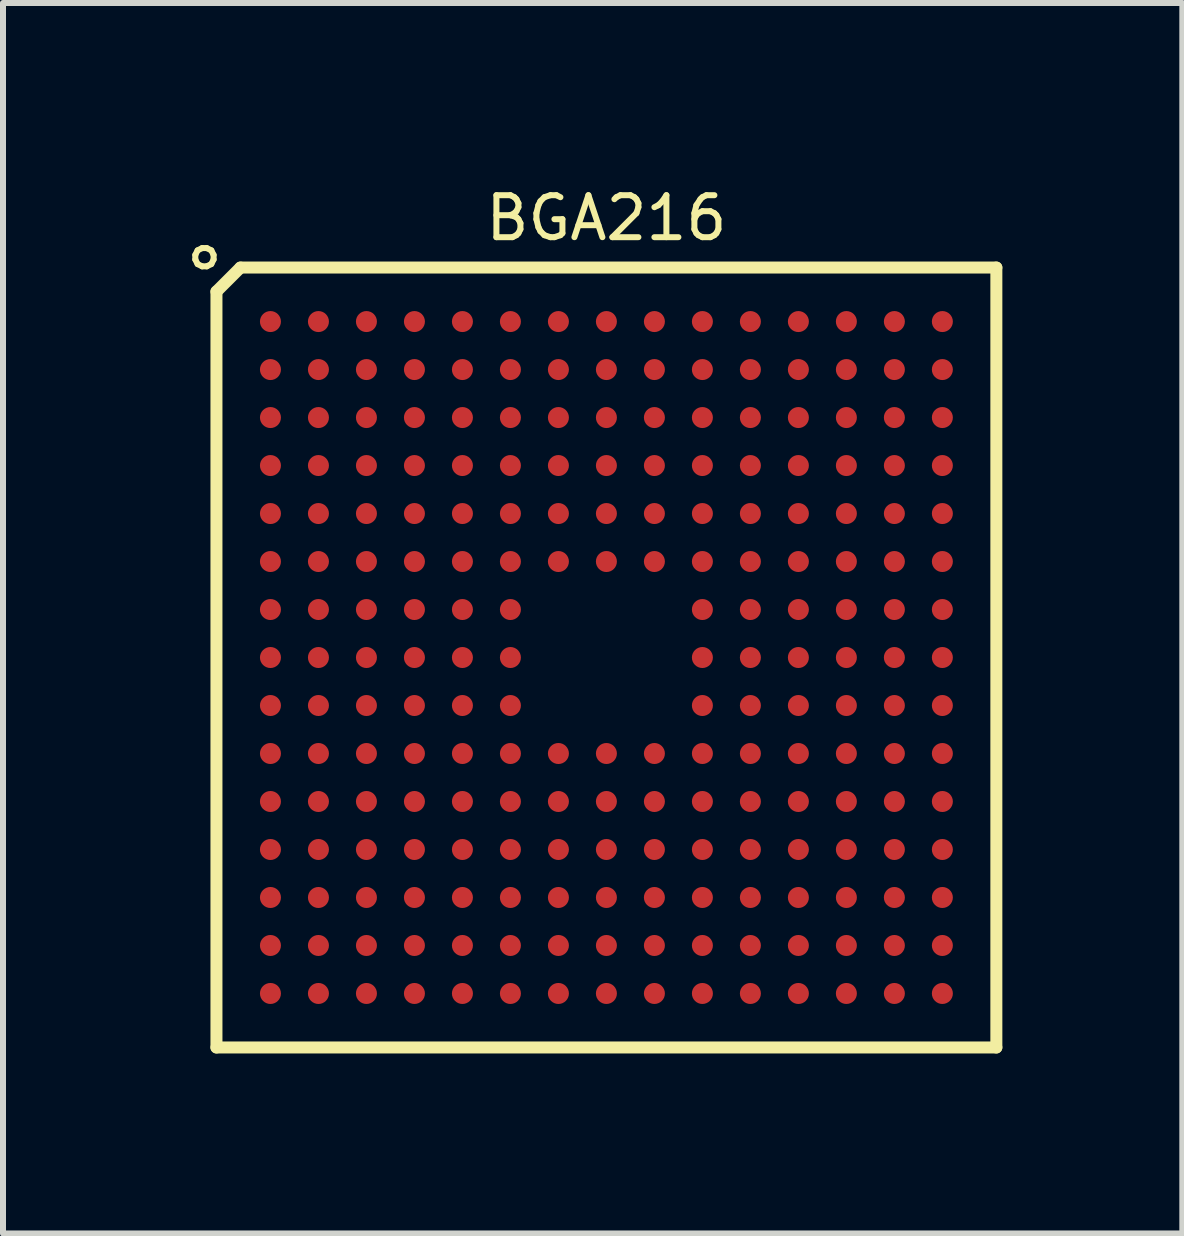
<source format=kicad_pcb>
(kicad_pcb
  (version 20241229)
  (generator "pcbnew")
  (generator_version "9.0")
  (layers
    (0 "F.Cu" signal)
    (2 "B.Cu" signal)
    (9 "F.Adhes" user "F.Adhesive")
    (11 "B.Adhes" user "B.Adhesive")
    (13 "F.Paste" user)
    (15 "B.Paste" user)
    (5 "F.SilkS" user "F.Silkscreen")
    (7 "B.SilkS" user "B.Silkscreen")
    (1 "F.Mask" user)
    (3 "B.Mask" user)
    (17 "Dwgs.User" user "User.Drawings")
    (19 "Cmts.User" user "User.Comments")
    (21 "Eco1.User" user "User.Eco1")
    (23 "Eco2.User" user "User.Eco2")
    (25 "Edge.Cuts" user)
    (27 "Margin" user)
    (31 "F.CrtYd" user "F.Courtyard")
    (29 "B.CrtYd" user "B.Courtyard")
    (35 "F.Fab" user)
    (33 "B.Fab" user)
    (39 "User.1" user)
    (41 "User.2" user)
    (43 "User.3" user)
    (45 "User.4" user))
  (footprint "BGA216"
    (layer "F.Cu")
    (at 7.058 7.91)
    (property "Reference" "BGA216" (at 0 -7.325 0) (layer "F.SilkS") (effects (font (size 0.7 0.7) (thickness 0.1))))
    (attr smd)
    (fp_line (start -6.5 -6.1) (end -6.1 -6.5) (stroke (width 0.2) (type solid)) (layer "F.SilkS"))
    (fp_line (start -6.5 6.5) (end -6.5 -6.1) (stroke (width 0.2) (type solid)) (layer "F.SilkS"))
    (fp_line (start -6.1 -6.5) (end 6.5 -6.5) (stroke (width 0.2) (type solid)) (layer "F.SilkS"))
    (fp_line (start 6.5 -6.5) (end 6.5 6.5) (stroke (width 0.2) (type solid)) (layer "F.SilkS"))
    (fp_line (start 6.5 6.5) (end -6.5 6.5) (stroke (width 0.2) (type solid)) (layer "F.SilkS"))
    (fp_text user "○" (at -6.7 -6.7 0) (layer "F.SilkS") (effects (font (size 0.4 0.4) (thickness 0.1))))
    (pad "A1" smd circle (at -5.6 -5.6) (size 0.35 0.35) (layers "F.Cu" "F.Mask" "F.Paste"))
    (pad "A2" smd circle (at -4.8 -5.6) (size 0.35 0.35) (layers "F.Cu" "F.Mask" "F.Paste"))
    (pad "A3" smd circle (at -4 -5.6) (size 0.35 0.35) (layers "F.Cu" "F.Mask" "F.Paste"))
    (pad "A4" smd circle (at -3.2 -5.6) (size 0.35 0.35) (layers "F.Cu" "F.Mask" "F.Paste"))
    (pad "A5" smd circle (at -2.4 -5.6) (size 0.35 0.35) (layers "F.Cu" "F.Mask" "F.Paste"))
    (pad "A6" smd circle (at -1.6 -5.6) (size 0.35 0.35) (layers "F.Cu" "F.Mask" "F.Paste"))
    (pad "A7" smd circle (at -0.8 -5.6) (size 0.35 0.35) (layers "F.Cu" "F.Mask" "F.Paste"))
    (pad "A8" smd circle (at 0 -5.6) (size 0.35 0.35) (layers "F.Cu" "F.Mask" "F.Paste"))
    (pad "A9" smd circle (at 0.8 -5.6) (size 0.35 0.35) (layers "F.Cu" "F.Mask" "F.Paste"))
    (pad "A10" smd circle (at 1.6 -5.6) (size 0.35 0.35) (layers "F.Cu" "F.Mask" "F.Paste"))
    (pad "A11" smd circle (at 2.4 -5.6) (size 0.35 0.35) (layers "F.Cu" "F.Mask" "F.Paste"))
    (pad "A12" smd circle (at 3.2 -5.6) (size 0.35 0.35) (layers "F.Cu" "F.Mask" "F.Paste"))
    (pad "A13" smd circle (at 4 -5.6) (size 0.35 0.35) (layers "F.Cu" "F.Mask" "F.Paste"))
    (pad "A14" smd circle (at 4.8 -5.6) (size 0.35 0.35) (layers "F.Cu" "F.Mask" "F.Paste"))
    (pad "A15" smd circle (at 5.6 -5.6) (size 0.35 0.35) (layers "F.Cu" "F.Mask" "F.Paste"))
    (pad "B1" smd circle (at -5.6 -4.8) (size 0.35 0.35) (layers "F.Cu" "F.Mask" "F.Paste"))
    (pad "B2" smd circle (at -4.8 -4.8) (size 0.35 0.35) (layers "F.Cu" "F.Mask" "F.Paste"))
    (pad "B3" smd circle (at -4 -4.8) (size 0.35 0.35) (layers "F.Cu" "F.Mask" "F.Paste"))
    (pad "B4" smd circle (at -3.2 -4.8) (size 0.35 0.35) (layers "F.Cu" "F.Mask" "F.Paste"))
    (pad "B5" smd circle (at -2.4 -4.8) (size 0.35 0.35) (layers "F.Cu" "F.Mask" "F.Paste"))
    (pad "B6" smd circle (at -1.6 -4.8) (size 0.35 0.35) (layers "F.Cu" "F.Mask" "F.Paste"))
    (pad "B7" smd circle (at -0.8 -4.8) (size 0.35 0.35) (layers "F.Cu" "F.Mask" "F.Paste"))
    (pad "B8" smd circle (at 0 -4.8) (size 0.35 0.35) (layers "F.Cu" "F.Mask" "F.Paste"))
    (pad "B9" smd circle (at 0.8 -4.8) (size 0.35 0.35) (layers "F.Cu" "F.Mask" "F.Paste"))
    (pad "B10" smd circle (at 1.6 -4.8) (size 0.35 0.35) (layers "F.Cu" "F.Mask" "F.Paste"))
    (pad "B11" smd circle (at 2.4 -4.8) (size 0.35 0.35) (layers "F.Cu" "F.Mask" "F.Paste"))
    (pad "B12" smd circle (at 3.2 -4.8) (size 0.35 0.35) (layers "F.Cu" "F.Mask" "F.Paste"))
    (pad "B13" smd circle (at 4 -4.8) (size 0.35 0.35) (layers "F.Cu" "F.Mask" "F.Paste"))
    (pad "B14" smd circle (at 4.8 -4.8) (size 0.35 0.35) (layers "F.Cu" "F.Mask" "F.Paste"))
    (pad "B15" smd circle (at 5.6 -4.8) (size 0.35 0.35) (layers "F.Cu" "F.Mask" "F.Paste"))
    (pad "C1" smd circle (at -5.6 -4) (size 0.35 0.35) (layers "F.Cu" "F.Mask" "F.Paste"))
    (pad "C2" smd circle (at -4.8 -4) (size 0.35 0.35) (layers "F.Cu" "F.Mask" "F.Paste"))
    (pad "C3" smd circle (at -4 -4) (size 0.35 0.35) (layers "F.Cu" "F.Mask" "F.Paste"))
    (pad "C4" smd circle (at -3.2 -4) (size 0.35 0.35) (layers "F.Cu" "F.Mask" "F.Paste"))
    (pad "C5" smd circle (at -2.4 -4) (size 0.35 0.35) (layers "F.Cu" "F.Mask" "F.Paste"))
    (pad "C6" smd circle (at -1.6 -4) (size 0.35 0.35) (layers "F.Cu" "F.Mask" "F.Paste"))
    (pad "C7" smd circle (at -0.8 -4) (size 0.35 0.35) (layers "F.Cu" "F.Mask" "F.Paste"))
    (pad "C8" smd circle (at 0 -4) (size 0.35 0.35) (layers "F.Cu" "F.Mask" "F.Paste"))
    (pad "C9" smd circle (at 0.8 -4) (size 0.35 0.35) (layers "F.Cu" "F.Mask" "F.Paste"))
    (pad "C10" smd circle (at 1.6 -4) (size 0.35 0.35) (layers "F.Cu" "F.Mask" "F.Paste"))
    (pad "C11" smd circle (at 2.4 -4) (size 0.35 0.35) (layers "F.Cu" "F.Mask" "F.Paste"))
    (pad "C12" smd circle (at 3.2 -4) (size 0.35 0.35) (layers "F.Cu" "F.Mask" "F.Paste"))
    (pad "C13" smd circle (at 4 -4) (size 0.35 0.35) (layers "F.Cu" "F.Mask" "F.Paste"))
    (pad "C14" smd circle (at 4.8 -4) (size 0.35 0.35) (layers "F.Cu" "F.Mask" "F.Paste"))
    (pad "C15" smd circle (at 5.6 -4) (size 0.35 0.35) (layers "F.Cu" "F.Mask" "F.Paste"))
    (pad "D1" smd circle (at -5.6 -3.2) (size 0.35 0.35) (layers "F.Cu" "F.Mask" "F.Paste"))
    (pad "D2" smd circle (at -4.8 -3.2) (size 0.35 0.35) (layers "F.Cu" "F.Mask" "F.Paste"))
    (pad "D3" smd circle (at -4 -3.2) (size 0.35 0.35) (layers "F.Cu" "F.Mask" "F.Paste"))
    (pad "D4" smd circle (at -3.2 -3.2) (size 0.35 0.35) (layers "F.Cu" "F.Mask" "F.Paste"))
    (pad "D5" smd circle (at -2.4 -3.2) (size 0.35 0.35) (layers "F.Cu" "F.Mask" "F.Paste"))
    (pad "D6" smd circle (at -1.6 -3.2) (size 0.35 0.35) (layers "F.Cu" "F.Mask" "F.Paste"))
    (pad "D7" smd circle (at -0.8 -3.2) (size 0.35 0.35) (layers "F.Cu" "F.Mask" "F.Paste"))
    (pad "D8" smd circle (at 0 -3.2) (size 0.35 0.35) (layers "F.Cu" "F.Mask" "F.Paste"))
    (pad "D9" smd circle (at 0.8 -3.2) (size 0.35 0.35) (layers "F.Cu" "F.Mask" "F.Paste"))
    (pad "D10" smd circle (at 1.6 -3.2) (size 0.35 0.35) (layers "F.Cu" "F.Mask" "F.Paste"))
    (pad "D11" smd circle (at 2.4 -3.2) (size 0.35 0.35) (layers "F.Cu" "F.Mask" "F.Paste"))
    (pad "D12" smd circle (at 3.2 -3.2) (size 0.35 0.35) (layers "F.Cu" "F.Mask" "F.Paste"))
    (pad "D13" smd circle (at 4 -3.2) (size 0.35 0.35) (layers "F.Cu" "F.Mask" "F.Paste"))
    (pad "D14" smd circle (at 4.8 -3.2) (size 0.35 0.35) (layers "F.Cu" "F.Mask" "F.Paste"))
    (pad "D15" smd circle (at 5.6 -3.2) (size 0.35 0.35) (layers "F.Cu" "F.Mask" "F.Paste"))
    (pad "E1" smd circle (at -5.6 -2.4) (size 0.35 0.35) (layers "F.Cu" "F.Mask" "F.Paste"))
    (pad "E2" smd circle (at -4.8 -2.4) (size 0.35 0.35) (layers "F.Cu" "F.Mask" "F.Paste"))
    (pad "E3" smd circle (at -4 -2.4) (size 0.35 0.35) (layers "F.Cu" "F.Mask" "F.Paste"))
    (pad "E4" smd circle (at -3.2 -2.4) (size 0.35 0.35) (layers "F.Cu" "F.Mask" "F.Paste"))
    (pad "E5" smd circle (at -2.4 -2.4) (size 0.35 0.35) (layers "F.Cu" "F.Mask" "F.Paste"))
    (pad "E6" smd circle (at -1.6 -2.4) (size 0.35 0.35) (layers "F.Cu" "F.Mask" "F.Paste"))
    (pad "E7" smd circle (at -0.8 -2.4) (size 0.35 0.35) (layers "F.Cu" "F.Mask" "F.Paste"))
    (pad "E8" smd circle (at 0 -2.4) (size 0.35 0.35) (layers "F.Cu" "F.Mask" "F.Paste"))
    (pad "E9" smd circle (at 0.8 -2.4) (size 0.35 0.35) (layers "F.Cu" "F.Mask" "F.Paste"))
    (pad "E10" smd circle (at 1.6 -2.4) (size 0.35 0.35) (layers "F.Cu" "F.Mask" "F.Paste"))
    (pad "E11" smd circle (at 2.4 -2.4) (size 0.35 0.35) (layers "F.Cu" "F.Mask" "F.Paste"))
    (pad "E12" smd circle (at 3.2 -2.4) (size 0.35 0.35) (layers "F.Cu" "F.Mask" "F.Paste"))
    (pad "E13" smd circle (at 4 -2.4) (size 0.35 0.35) (layers "F.Cu" "F.Mask" "F.Paste"))
    (pad "E14" smd circle (at 4.8 -2.4) (size 0.35 0.35) (layers "F.Cu" "F.Mask" "F.Paste"))
    (pad "E15" smd circle (at 5.6 -2.4) (size 0.35 0.35) (layers "F.Cu" "F.Mask" "F.Paste"))
    (pad "F1" smd circle (at -5.6 -1.6) (size 0.35 0.35) (layers "F.Cu" "F.Mask" "F.Paste"))
    (pad "F2" smd circle (at -4.8 -1.6) (size 0.35 0.35) (layers "F.Cu" "F.Mask" "F.Paste"))
    (pad "F3" smd circle (at -4 -1.6) (size 0.35 0.35) (layers "F.Cu" "F.Mask" "F.Paste"))
    (pad "F4" smd circle (at -3.2 -1.6) (size 0.35 0.35) (layers "F.Cu" "F.Mask" "F.Paste"))
    (pad "F5" smd circle (at -2.4 -1.6) (size 0.35 0.35) (layers "F.Cu" "F.Mask" "F.Paste"))
    (pad "F6" smd circle (at -1.6 -1.6) (size 0.35 0.35) (layers "F.Cu" "F.Mask" "F.Paste"))
    (pad "F7" smd circle (at -0.8 -1.6) (size 0.35 0.35) (layers "F.Cu" "F.Mask" "F.Paste"))
    (pad "F8" smd circle (at 0 -1.6) (size 0.35 0.35) (layers "F.Cu" "F.Mask" "F.Paste"))
    (pad "F9" smd circle (at 0.8 -1.6) (size 0.35 0.35) (layers "F.Cu" "F.Mask" "F.Paste"))
    (pad "F10" smd circle (at 1.6 -1.6) (size 0.35 0.35) (layers "F.Cu" "F.Mask" "F.Paste"))
    (pad "F11" smd circle (at 2.4 -1.6) (size 0.35 0.35) (layers "F.Cu" "F.Mask" "F.Paste"))
    (pad "F12" smd circle (at 3.2 -1.6) (size 0.35 0.35) (layers "F.Cu" "F.Mask" "F.Paste"))
    (pad "F13" smd circle (at 4 -1.6) (size 0.35 0.35) (layers "F.Cu" "F.Mask" "F.Paste"))
    (pad "F14" smd circle (at 4.8 -1.6) (size 0.35 0.35) (layers "F.Cu" "F.Mask" "F.Paste"))
    (pad "F15" smd circle (at 5.6 -1.6) (size 0.35 0.35) (layers "F.Cu" "F.Mask" "F.Paste"))
    (pad "G1" smd circle (at -5.6 -0.8) (size 0.35 0.35) (layers "F.Cu" "F.Mask" "F.Paste"))
    (pad "G2" smd circle (at -4.8 -0.8) (size 0.35 0.35) (layers "F.Cu" "F.Mask" "F.Paste"))
    (pad "G3" smd circle (at -4 -0.8) (size 0.35 0.35) (layers "F.Cu" "F.Mask" "F.Paste"))
    (pad "G4" smd circle (at -3.2 -0.8) (size 0.35 0.35) (layers "F.Cu" "F.Mask" "F.Paste"))
    (pad "G5" smd circle (at -2.4 -0.8) (size 0.35 0.35) (layers "F.Cu" "F.Mask" "F.Paste"))
    (pad "G6" smd circle (at -1.6 -0.8) (size 0.35 0.35) (layers "F.Cu" "F.Mask" "F.Paste"))
    (pad "G10" smd circle (at 1.6 -0.8) (size 0.35 0.35) (layers "F.Cu" "F.Mask" "F.Paste"))
    (pad "G11" smd circle (at 2.4 -0.8) (size 0.35 0.35) (layers "F.Cu" "F.Mask" "F.Paste"))
    (pad "G12" smd circle (at 3.2 -0.8) (size 0.35 0.35) (layers "F.Cu" "F.Mask" "F.Paste"))
    (pad "G13" smd circle (at 4 -0.8) (size 0.35 0.35) (layers "F.Cu" "F.Mask" "F.Paste"))
    (pad "G14" smd circle (at 4.8 -0.8) (size 0.35 0.35) (layers "F.Cu" "F.Mask" "F.Paste"))
    (pad "G15" smd circle (at 5.6 -0.8) (size 0.35 0.35) (layers "F.Cu" "F.Mask" "F.Paste"))
    (pad "H1" smd circle (at -5.6 0) (size 0.35 0.35) (layers "F.Cu" "F.Mask" "F.Paste"))
    (pad "H2" smd circle (at -4.8 0) (size 0.35 0.35) (layers "F.Cu" "F.Mask" "F.Paste"))
    (pad "H3" smd circle (at -4 0) (size 0.35 0.35) (layers "F.Cu" "F.Mask" "F.Paste"))
    (pad "H4" smd circle (at -3.2 0) (size 0.35 0.35) (layers "F.Cu" "F.Mask" "F.Paste"))
    (pad "H5" smd circle (at -2.4 0) (size 0.35 0.35) (layers "F.Cu" "F.Mask" "F.Paste"))
    (pad "H6" smd circle (at -1.6 0) (size 0.35 0.35) (layers "F.Cu" "F.Mask" "F.Paste"))
    (pad "H10" smd circle (at 1.6 0) (size 0.35 0.35) (layers "F.Cu" "F.Mask" "F.Paste"))
    (pad "H11" smd circle (at 2.4 0) (size 0.35 0.35) (layers "F.Cu" "F.Mask" "F.Paste"))
    (pad "H12" smd circle (at 3.2 0) (size 0.35 0.35) (layers "F.Cu" "F.Mask" "F.Paste"))
    (pad "H13" smd circle (at 4 0) (size 0.35 0.35) (layers "F.Cu" "F.Mask" "F.Paste"))
    (pad "H14" smd circle (at 4.8 0) (size 0.35 0.35) (layers "F.Cu" "F.Mask" "F.Paste"))
    (pad "H15" smd circle (at 5.6 0) (size 0.35 0.35) (layers "F.Cu" "F.Mask" "F.Paste"))
    (pad "J1" smd circle (at -5.6 0.8) (size 0.35 0.35) (layers "F.Cu" "F.Mask" "F.Paste"))
    (pad "J2" smd circle (at -4.8 0.8) (size 0.35 0.35) (layers "F.Cu" "F.Mask" "F.Paste"))
    (pad "J3" smd circle (at -4 0.8) (size 0.35 0.35) (layers "F.Cu" "F.Mask" "F.Paste"))
    (pad "J4" smd circle (at -3.2 0.8) (size 0.35 0.35) (layers "F.Cu" "F.Mask" "F.Paste"))
    (pad "J5" smd circle (at -2.4 0.8) (size 0.35 0.35) (layers "F.Cu" "F.Mask" "F.Paste"))
    (pad "J6" smd circle (at -1.6 0.8) (size 0.35 0.35) (layers "F.Cu" "F.Mask" "F.Paste"))
    (pad "J10" smd circle (at 1.6 0.8) (size 0.35 0.35) (layers "F.Cu" "F.Mask" "F.Paste"))
    (pad "J11" smd circle (at 2.4 0.8) (size 0.35 0.35) (layers "F.Cu" "F.Mask" "F.Paste"))
    (pad "J12" smd circle (at 3.2 0.8) (size 0.35 0.35) (layers "F.Cu" "F.Mask" "F.Paste"))
    (pad "J13" smd circle (at 4 0.8) (size 0.35 0.35) (layers "F.Cu" "F.Mask" "F.Paste"))
    (pad "J14" smd circle (at 4.8 0.8) (size 0.35 0.35) (layers "F.Cu" "F.Mask" "F.Paste"))
    (pad "J15" smd circle (at 5.6 0.8) (size 0.35 0.35) (layers "F.Cu" "F.Mask" "F.Paste"))
    (pad "K1" smd circle (at -5.6 1.6) (size 0.35 0.35) (layers "F.Cu" "F.Mask" "F.Paste"))
    (pad "K2" smd circle (at -4.8 1.6) (size 0.35 0.35) (layers "F.Cu" "F.Mask" "F.Paste"))
    (pad "K3" smd circle (at -4 1.6) (size 0.35 0.35) (layers "F.Cu" "F.Mask" "F.Paste"))
    (pad "K4" smd circle (at -3.2 1.6) (size 0.35 0.35) (layers "F.Cu" "F.Mask" "F.Paste"))
    (pad "K5" smd circle (at -2.4 1.6) (size 0.35 0.35) (layers "F.Cu" "F.Mask" "F.Paste"))
    (pad "K6" smd circle (at -1.6 1.6) (size 0.35 0.35) (layers "F.Cu" "F.Mask" "F.Paste"))
    (pad "K7" smd circle (at -0.8 1.6) (size 0.35 0.35) (layers "F.Cu" "F.Mask" "F.Paste"))
    (pad "K8" smd circle (at 0 1.6) (size 0.35 0.35) (layers "F.Cu" "F.Mask" "F.Paste"))
    (pad "K9" smd circle (at 0.8 1.6) (size 0.35 0.35) (layers "F.Cu" "F.Mask" "F.Paste"))
    (pad "K10" smd circle (at 1.6 1.6) (size 0.35 0.35) (layers "F.Cu" "F.Mask" "F.Paste"))
    (pad "K11" smd circle (at 2.4 1.6) (size 0.35 0.35) (layers "F.Cu" "F.Mask" "F.Paste"))
    (pad "K12" smd circle (at 3.2 1.6) (size 0.35 0.35) (layers "F.Cu" "F.Mask" "F.Paste"))
    (pad "K13" smd circle (at 4 1.6) (size 0.35 0.35) (layers "F.Cu" "F.Mask" "F.Paste"))
    (pad "K14" smd circle (at 4.8 1.6) (size 0.35 0.35) (layers "F.Cu" "F.Mask" "F.Paste"))
    (pad "K15" smd circle (at 5.6 1.6) (size 0.35 0.35) (layers "F.Cu" "F.Mask" "F.Paste"))
    (pad "L1" smd circle (at -5.6 2.4) (size 0.35 0.35) (layers "F.Cu" "F.Mask" "F.Paste"))
    (pad "L2" smd circle (at -4.8 2.4) (size 0.35 0.35) (layers "F.Cu" "F.Mask" "F.Paste"))
    (pad "L3" smd circle (at -4 2.4) (size 0.35 0.35) (layers "F.Cu" "F.Mask" "F.Paste"))
    (pad "L4" smd circle (at -3.2 2.4) (size 0.35 0.35) (layers "F.Cu" "F.Mask" "F.Paste"))
    (pad "L5" smd circle (at -2.4 2.4) (size 0.35 0.35) (layers "F.Cu" "F.Mask" "F.Paste"))
    (pad "L6" smd circle (at -1.6 2.4) (size 0.35 0.35) (layers "F.Cu" "F.Mask" "F.Paste"))
    (pad "L7" smd circle (at -0.8 2.4) (size 0.35 0.35) (layers "F.Cu" "F.Mask" "F.Paste"))
    (pad "L8" smd circle (at 0 2.4) (size 0.35 0.35) (layers "F.Cu" "F.Mask" "F.Paste"))
    (pad "L9" smd circle (at 0.8 2.4) (size 0.35 0.35) (layers "F.Cu" "F.Mask" "F.Paste"))
    (pad "L10" smd circle (at 1.6 2.4) (size 0.35 0.35) (layers "F.Cu" "F.Mask" "F.Paste"))
    (pad "L11" smd circle (at 2.4 2.4) (size 0.35 0.35) (layers "F.Cu" "F.Mask" "F.Paste"))
    (pad "L12" smd circle (at 3.2 2.4) (size 0.35 0.35) (layers "F.Cu" "F.Mask" "F.Paste"))
    (pad "L13" smd circle (at 4 2.4) (size 0.35 0.35) (layers "F.Cu" "F.Mask" "F.Paste"))
    (pad "L14" smd circle (at 4.8 2.4) (size 0.35 0.35) (layers "F.Cu" "F.Mask" "F.Paste"))
    (pad "L15" smd circle (at 5.6 2.4) (size 0.35 0.35) (layers "F.Cu" "F.Mask" "F.Paste"))
    (pad "M1" smd circle (at -5.6 3.2) (size 0.35 0.35) (layers "F.Cu" "F.Mask" "F.Paste"))
    (pad "M2" smd circle (at -4.8 3.2) (size 0.35 0.35) (layers "F.Cu" "F.Mask" "F.Paste"))
    (pad "M3" smd circle (at -4 3.2) (size 0.35 0.35) (layers "F.Cu" "F.Mask" "F.Paste"))
    (pad "M4" smd circle (at -3.2 3.2) (size 0.35 0.35) (layers "F.Cu" "F.Mask" "F.Paste"))
    (pad "M5" smd circle (at -2.4 3.2) (size 0.35 0.35) (layers "F.Cu" "F.Mask" "F.Paste"))
    (pad "M6" smd circle (at -1.6 3.2) (size 0.35 0.35) (layers "F.Cu" "F.Mask" "F.Paste"))
    (pad "M7" smd circle (at -0.8 3.2) (size 0.35 0.35) (layers "F.Cu" "F.Mask" "F.Paste"))
    (pad "M8" smd circle (at 0 3.2) (size 0.35 0.35) (layers "F.Cu" "F.Mask" "F.Paste"))
    (pad "M9" smd circle (at 0.8 3.2) (size 0.35 0.35) (layers "F.Cu" "F.Mask" "F.Paste"))
    (pad "M10" smd circle (at 1.6 3.2) (size 0.35 0.35) (layers "F.Cu" "F.Mask" "F.Paste"))
    (pad "M11" smd circle (at 2.4 3.2) (size 0.35 0.35) (layers "F.Cu" "F.Mask" "F.Paste"))
    (pad "M12" smd circle (at 3.2 3.2) (size 0.35 0.35) (layers "F.Cu" "F.Mask" "F.Paste"))
    (pad "M13" smd circle (at 4 3.2) (size 0.35 0.35) (layers "F.Cu" "F.Mask" "F.Paste"))
    (pad "M14" smd circle (at 4.8 3.2) (size 0.35 0.35) (layers "F.Cu" "F.Mask" "F.Paste"))
    (pad "M15" smd circle (at 5.6 3.2) (size 0.35 0.35) (layers "F.Cu" "F.Mask" "F.Paste"))
    (pad "N1" smd circle (at -5.6 4) (size 0.35 0.35) (layers "F.Cu" "F.Mask" "F.Paste"))
    (pad "N2" smd circle (at -4.8 4) (size 0.35 0.35) (layers "F.Cu" "F.Mask" "F.Paste"))
    (pad "N3" smd circle (at -4 4) (size 0.35 0.35) (layers "F.Cu" "F.Mask" "F.Paste"))
    (pad "N4" smd circle (at -3.2 4) (size 0.35 0.35) (layers "F.Cu" "F.Mask" "F.Paste"))
    (pad "N5" smd circle (at -2.4 4) (size 0.35 0.35) (layers "F.Cu" "F.Mask" "F.Paste"))
    (pad "N6" smd circle (at -1.6 4) (size 0.35 0.35) (layers "F.Cu" "F.Mask" "F.Paste"))
    (pad "N7" smd circle (at -0.8 4) (size 0.35 0.35) (layers "F.Cu" "F.Mask" "F.Paste"))
    (pad "N8" smd circle (at 0 4) (size 0.35 0.35) (layers "F.Cu" "F.Mask" "F.Paste"))
    (pad "N9" smd circle (at 0.8 4) (size 0.35 0.35) (layers "F.Cu" "F.Mask" "F.Paste"))
    (pad "N10" smd circle (at 1.6 4) (size 0.35 0.35) (layers "F.Cu" "F.Mask" "F.Paste"))
    (pad "N11" smd circle (at 2.4 4) (size 0.35 0.35) (layers "F.Cu" "F.Mask" "F.Paste"))
    (pad "N12" smd circle (at 3.2 4) (size 0.35 0.35) (layers "F.Cu" "F.Mask" "F.Paste"))
    (pad "N13" smd circle (at 4 4) (size 0.35 0.35) (layers "F.Cu" "F.Mask" "F.Paste"))
    (pad "N14" smd circle (at 4.8 4) (size 0.35 0.35) (layers "F.Cu" "F.Mask" "F.Paste"))
    (pad "N15" smd circle (at 5.6 4) (size 0.35 0.35) (layers "F.Cu" "F.Mask" "F.Paste"))
    (pad "P1" smd circle (at -5.6 4.8) (size 0.35 0.35) (layers "F.Cu" "F.Mask" "F.Paste"))
    (pad "P2" smd circle (at -4.8 4.8) (size 0.35 0.35) (layers "F.Cu" "F.Mask" "F.Paste"))
    (pad "P3" smd circle (at -4 4.8) (size 0.35 0.35) (layers "F.Cu" "F.Mask" "F.Paste"))
    (pad "P4" smd circle (at -3.2 4.8) (size 0.35 0.35) (layers "F.Cu" "F.Mask" "F.Paste"))
    (pad "P5" smd circle (at -2.4 4.8) (size 0.35 0.35) (layers "F.Cu" "F.Mask" "F.Paste"))
    (pad "P6" smd circle (at -1.6 4.8) (size 0.35 0.35) (layers "F.Cu" "F.Mask" "F.Paste"))
    (pad "P7" smd circle (at -0.8 4.8) (size 0.35 0.35) (layers "F.Cu" "F.Mask" "F.Paste"))
    (pad "P8" smd circle (at 0 4.8) (size 0.35 0.35) (layers "F.Cu" "F.Mask" "F.Paste"))
    (pad "P9" smd circle (at 0.8 4.8) (size 0.35 0.35) (layers "F.Cu" "F.Mask" "F.Paste"))
    (pad "P10" smd circle (at 1.6 4.8) (size 0.35 0.35) (layers "F.Cu" "F.Mask" "F.Paste"))
    (pad "P11" smd circle (at 2.4 4.8) (size 0.35 0.35) (layers "F.Cu" "F.Mask" "F.Paste"))
    (pad "P12" smd circle (at 3.2 4.8) (size 0.35 0.35) (layers "F.Cu" "F.Mask" "F.Paste"))
    (pad "P13" smd circle (at 4 4.8) (size 0.35 0.35) (layers "F.Cu" "F.Mask" "F.Paste"))
    (pad "P14" smd circle (at 4.8 4.8) (size 0.35 0.35) (layers "F.Cu" "F.Mask" "F.Paste"))
    (pad "P15" smd circle (at 5.6 4.8) (size 0.35 0.35) (layers "F.Cu" "F.Mask" "F.Paste"))
    (pad "R1" smd circle (at -5.6 5.6) (size 0.35 0.35) (layers "F.Cu" "F.Mask" "F.Paste"))
    (pad "R2" smd circle (at -4.8 5.6) (size 0.35 0.35) (layers "F.Cu" "F.Mask" "F.Paste"))
    (pad "R3" smd circle (at -4 5.6) (size 0.35 0.35) (layers "F.Cu" "F.Mask" "F.Paste"))
    (pad "R4" smd circle (at -3.2 5.6) (size 0.35 0.35) (layers "F.Cu" "F.Mask" "F.Paste"))
    (pad "R5" smd circle (at -2.4 5.6) (size 0.35 0.35) (layers "F.Cu" "F.Mask" "F.Paste"))
    (pad "R6" smd circle (at -1.6 5.6) (size 0.35 0.35) (layers "F.Cu" "F.Mask" "F.Paste"))
    (pad "R7" smd circle (at -0.8 5.6) (size 0.35 0.35) (layers "F.Cu" "F.Mask" "F.Paste"))
    (pad "R8" smd circle (at 0 5.6) (size 0.35 0.35) (layers "F.Cu" "F.Mask" "F.Paste"))
    (pad "R9" smd circle (at 0.8 5.6) (size 0.35 0.35) (layers "F.Cu" "F.Mask" "F.Paste"))
    (pad "R10" smd circle (at 1.6 5.6) (size 0.35 0.35) (layers "F.Cu" "F.Mask" "F.Paste"))
    (pad "R11" smd circle (at 2.4 5.6) (size 0.35 0.35) (layers "F.Cu" "F.Mask" "F.Paste"))
    (pad "R12" smd circle (at 3.2 5.6) (size 0.35 0.35) (layers "F.Cu" "F.Mask" "F.Paste"))
    (pad "R13" smd circle (at 4 5.6) (size 0.35 0.35) (layers "F.Cu" "F.Mask" "F.Paste"))
    (pad "R14" smd circle (at 4.8 5.6) (size 0.35 0.35) (layers "F.Cu" "F.Mask" "F.Paste"))
    (pad "R15" smd circle (at 5.6 5.6) (size 0.35 0.35) (layers "F.Cu" "F.Mask" "F.Paste")))
  (gr_rect
    (start -3 -3)
    (end 16.658 17.51)
    (stroke (width 0.1) (type default))
    (fill no)
    (layer "Edge.Cuts")))
</source>
